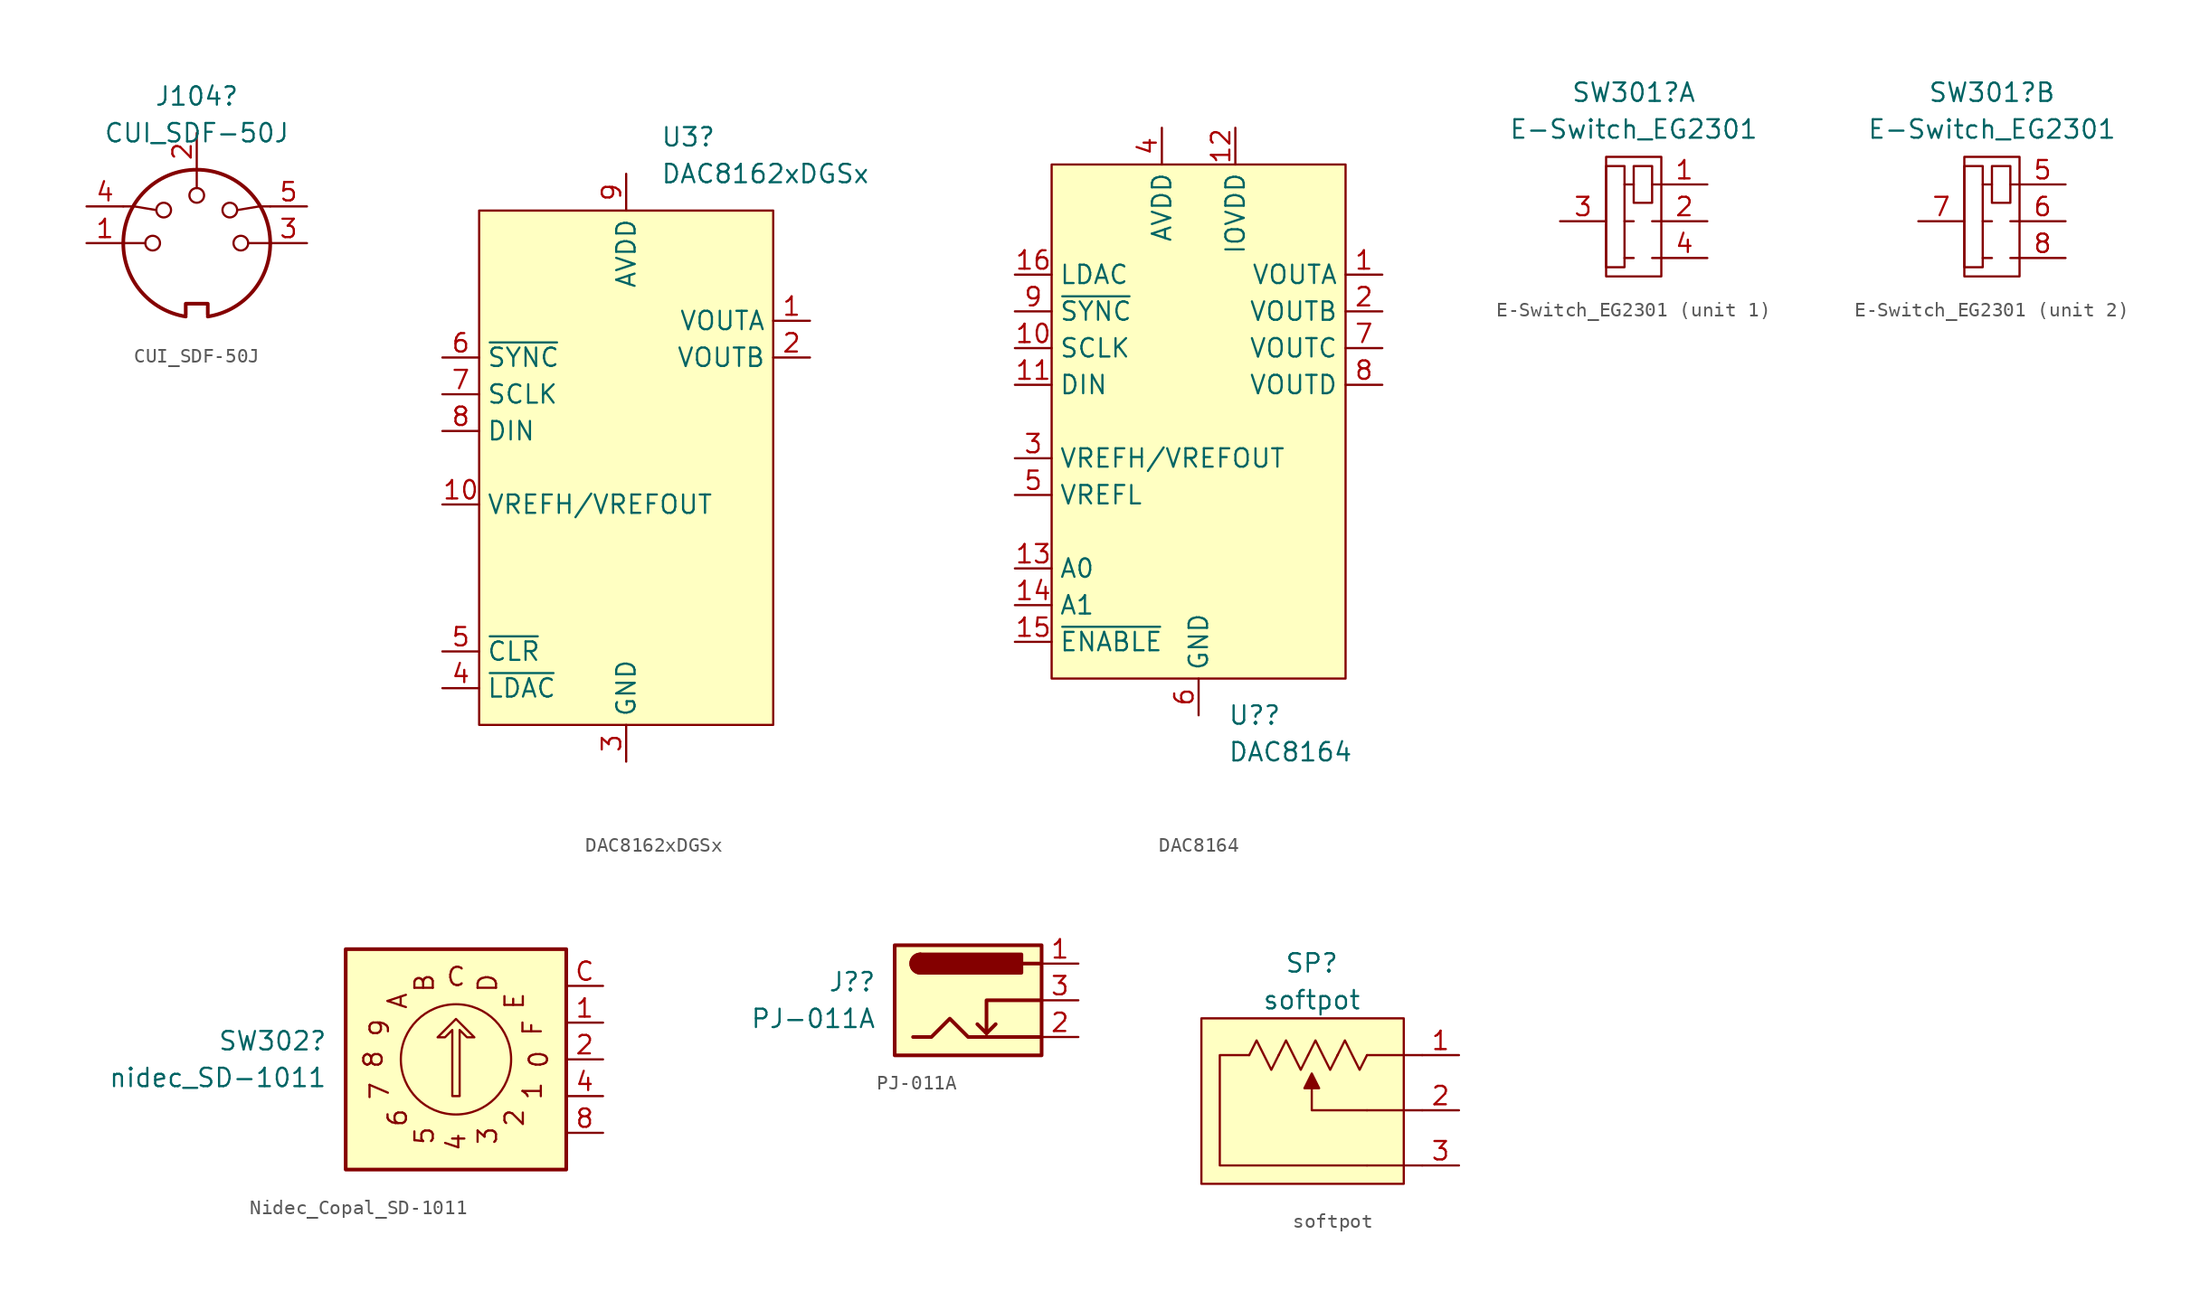
<source format=kicad_sym>
(kicad_symbol_lib
  (version 20220914)
  (generator kicad_symbol_editor)
  (symbol "CUI_SDF-50J"
    (pin_names
      (offset 1.016))
    (property "Reference" "J104"
      (at -0.0001 10.16 0)
      (effects (font (size 1.27 1.27))))
    (property "Value" "CUI_SDF-50J"
      (at -0.0001 7.62 0)
      (effects (font (size 1.27 1.27))))
    (symbol "CUI_SDF-50J_0_1"
      (arc (start -5.08 0) (mid -3.8609 -3.3364) (end -0.762 -5.08) (stroke (width 0.254) (type default)) (fill (type none)))
      (circle (center -3.048 0) (radius 0.508) (stroke (width 0) (type default)) (fill (type none)))
      (circle (center -2.286 2.286) (radius 0.508) (stroke (width 0) (type default)) (fill (type none)))
      (polyline (pts (xy -5.08 0) (xy -3.556 0)) (stroke (width 0) (type default)) (fill (type none)))
      (polyline (pts (xy 0 5.08) (xy 0 3.81)) (stroke (width 0) (type default)) (fill (type none)))
      (polyline (pts (xy 5.08 0) (xy 3.556 0)) (stroke (width 0) (type default)) (fill (type none)))
      (polyline (pts (xy -5.08 2.54) (xy -4.318 2.54) (xy -2.794 2.286)) (stroke (width 0) (type default)) (fill (type none)))
      (polyline (pts (xy 5.08 2.54) (xy 4.318 2.54) (xy 2.794 2.286)) (stroke (width 0) (type default)) (fill (type none)))
      (polyline (pts (xy -0.762 -4.953) (xy -0.762 -4.191) (xy 0.762 -4.191) (xy 0.762 -4.953)) (stroke (width 0.254) (type default)) (fill (type none)))
      (circle (center 0 3.302) (radius 0.508) (stroke (width 0) (type default)) (fill (type none)))
      (arc (start 0.762 -5.08) (mid 3.8685 -3.343) (end 5.08 0) (stroke (width 0.254) (type default)) (fill (type none)))
      (circle (center 2.286 2.286) (radius 0.508) (stroke (width 0) (type default)) (fill (type none)))
      (circle (center 3.048 0) (radius 0.508) (stroke (width 0) (type default)) (fill (type none)))
      (arc (start 5.08 0) (mid 0 5.0579) (end -5.08 0) (stroke (width 0.254) (type default)) (fill (type none))))
    (symbol "CUI_SDF-50J_1_1"
      (pin passive line (at -7.62 0 0) (length 2.54) (name "~" (effects (font (size 1.27 1.27)))) (number "1" (effects (font (size 1.27 1.27)))))
      (pin passive line (at 0 7.62 270) (length 2.54) (name "~" (effects (font (size 1.27 1.27)))) (number "2" (effects (font (size 1.27 1.27)))))
      (pin passive line (at 7.62 0 180) (length 2.54) (name "~" (effects (font (size 1.27 1.27)))) (number "3" (effects (font (size 1.27 1.27)))))
      (pin passive line (at -7.62 2.54 0) (length 2.54) (name "~" (effects (font (size 1.27 1.27)))) (number "4" (effects (font (size 1.27 1.27)))))
      (pin passive line (at 7.62 2.54 180) (length 2.54) (name "~" (effects (font (size 1.27 1.27)))) (number "5" (effects (font (size 1.27 1.27)))))))
  (symbol "DAC8162xDGSx"
    (property "Reference" "U3"
      (at 2.373 25.4 0)
      (effects (font (size 1.27 1.27)) (justify left)))
    (property "Value" "DAC8162xDGSx"
      (at 2.373 22.86 0)
      (effects (font (size 1.27 1.27)) (justify left)))
    (symbol "DAC8162xDGSx_0_0"
      (pin output line (at 12.7 12.7 180) (length 2.54) (name "VOUTA" (effects (font (size 1.27 1.27)))) (number "1" (effects (font (size 1.27 1.27)))))
      (pin bidirectional line (at -12.7 0 0) (length 2.54) (name "VREFH/VREFOUT" (effects (font (size 1.27 1.27)))) (number "10" (effects (font (size 1.27 1.27)))))
      (pin output line (at 12.7 10.16 180) (length 2.54) (name "VOUTB" (effects (font (size 1.27 1.27)))) (number "2" (effects (font (size 1.27 1.27)))))
      (pin power_in line (at 0 -17.78 90) (length 2.54) (name "GND" (effects (font (size 1.27 1.27)))) (number "3" (effects (font (size 1.27 1.27)))))
      (pin input line (at -12.7 -12.7 0) (length 2.54) (name "~{LDAC}" (effects (font (size 1.27 1.27)))) (number "4" (effects (font (size 1.27 1.27)))))
      (pin input line (at -12.7 -10.16 0) (length 2.54) (name "~{CLR}" (effects (font (size 1.27 1.27)))) (number "5" (effects (font (size 1.27 1.27)))))
      (pin input line (at -12.7 10.16 0) (length 2.54) (name "~{SYNC}" (effects (font (size 1.27 1.27)))) (number "6" (effects (font (size 1.27 1.27)))))
      (pin input line (at -12.7 7.62 0) (length 2.54) (name "SCLK" (effects (font (size 1.27 1.27)))) (number "7" (effects (font (size 1.27 1.27)))))
      (pin input line (at -12.7 5.08 0) (length 2.54) (name "DIN" (effects (font (size 1.27 1.27)))) (number "8" (effects (font (size 1.27 1.27)))))
      (pin power_in line (at 0 22.86 270) (length 2.54) (name "AVDD" (effects (font (size 1.27 1.27)))) (number "9" (effects (font (size 1.27 1.27))))))
    (symbol "DAC8162xDGSx_0_1"
      (rectangle (start -10.16 20.32) (end 10.16 -15.24) (stroke (width 0.152) (type default)) (fill (type background)))))
  (symbol "DAC8164"
    (property "Reference" "U?"
      (at 2.019 -17.78 0)
      (effects (font (size 1.27 1.27)) (justify left)))
    (property "Value" "DAC8164"
      (at 2.019 -20.32 0)
      (effects (font (size 1.27 1.27)) (justify left)))
    (symbol "DAC8164_0_0"
      (pin output line (at 12.7 12.7 180) (length 2.54) (name "VOUTA" (effects (font (size 1.27 1.27)))) (number "1" (effects (font (size 1.27 1.27)))))
      (pin input line (at -12.7 7.62 0) (length 2.54) (name "SCLK" (effects (font (size 1.27 1.27)))) (number "10" (effects (font (size 1.27 1.27)))))
      (pin input line (at -12.7 5.08 0) (length 2.54) (name "DIN" (effects (font (size 1.27 1.27)))) (number "11" (effects (font (size 1.27 1.27)))))
      (pin power_in line (at 2.54 22.86 270) (length 2.54) (name "IOVDD" (effects (font (size 1.27 1.27)))) (number "12" (effects (font (size 1.27 1.27)))))
      (pin input line (at -12.7 -7.62 0) (length 2.54) (name "A0" (effects (font (size 1.27 1.27)))) (number "13" (effects (font (size 1.27 1.27)))))
      (pin input line (at -12.7 -10.16 0) (length 2.54) (name "A1" (effects (font (size 1.27 1.27)))) (number "14" (effects (font (size 1.27 1.27)))))
      (pin input line (at -12.7 -12.7 0) (length 2.54) (name "~{ENABLE}" (effects (font (size 1.27 1.27)))) (number "15" (effects (font (size 1.27 1.27)))))
      (pin input line (at -12.7 12.7 0) (length 2.54) (name "LDAC" (effects (font (size 1.27 1.27)))) (number "16" (effects (font (size 1.27 1.27)))))
      (pin output line (at 12.7 10.16 180) (length 2.54) (name "VOUTB" (effects (font (size 1.27 1.27)))) (number "2" (effects (font (size 1.27 1.27)))))
      (pin bidirectional line (at -12.7 0 0) (length 2.54) (name "VREFH/VREFOUT" (effects (font (size 1.27 1.27)))) (number "3" (effects (font (size 1.27 1.27)))))
      (pin power_in line (at -2.54 22.86 270) (length 2.54) (name "AVDD" (effects (font (size 1.27 1.27)))) (number "4" (effects (font (size 1.27 1.27)))))
      (pin input line (at -12.7 -2.54 0) (length 2.54) (name "VREFL" (effects (font (size 1.27 1.27)))) (number "5" (effects (font (size 1.27 1.27)))))
      (pin power_in line (at 0 -17.78 90) (length 2.54) (name "GND" (effects (font (size 1.27 1.27)))) (number "6" (effects (font (size 1.27 1.27)))))
      (pin output line (at 12.7 7.62 180) (length 2.54) (name "VOUTC" (effects (font (size 1.27 1.27)))) (number "7" (effects (font (size 1.27 1.27)))))
      (pin output line (at 12.7 5.08 180) (length 2.54) (name "VOUTD" (effects (font (size 1.27 1.27)))) (number "8" (effects (font (size 1.27 1.27)))))
      (pin input line (at -12.7 10.16 0) (length 2.54) (name "~{SYNC}" (effects (font (size 1.27 1.27)))) (number "9" (effects (font (size 1.27 1.27))))))
    (symbol "DAC8164_0_1"
      (rectangle (start -10.16 20.32) (end 10.16 -15.24) (stroke (width 0.152) (type default)) (fill (type background)))))
  (symbol "E-Switch_EG2301"
    (pin_names
      (offset 1.016) hide)
    (property "Reference" "SW301"
      (at 0 8.89 0)
      (effects (font (size 1.27 1.27))))
    (property "Value" "E-Switch_EG2301"
      (at 0 6.35 0)
      (effects (font (size 1.27 1.27))))
    (property "ki_locked" ""
      (at 0 0 0)
      (effects (font (size 1.27 1.27))))
    (symbol "E-Switch_EG2301_0_1"
      (rectangle (start -1.905 3.81) (end -0.635 -3.175) (stroke (width 0) (type default)) (fill (type none)))
      (rectangle (start -1.905 4.445) (end 1.905 -3.81) (stroke (width 0) (type default)) (fill (type none)))
      (polyline (pts (xy -0.635 -2.54) (xy 0 -2.54)) (stroke (width 0) (type default)) (fill (type none)))
      (polyline (pts (xy -0.635 0) (xy 0 0)) (stroke (width 0) (type default)) (fill (type none)))
      (polyline (pts (xy -0.635 2.54) (xy 0 2.54)) (stroke (width 0) (type default)) (fill (type none)))
      (polyline (pts (xy 1.27 -2.54) (xy 1.905 -2.54)) (stroke (width 0) (type default)) (fill (type none)))
      (polyline (pts (xy 1.27 0) (xy 1.905 0)) (stroke (width 0) (type default)) (fill (type none)))
      (polyline (pts (xy 1.27 2.54) (xy 1.905 2.54) (xy 1.27 2.54)) (stroke (width 0) (type default)) (fill (type none)))
      (rectangle (start 0 3.81) (end 1.27 1.27) (stroke (width 0) (type default)) (fill (type none))))
    (symbol "E-Switch_EG2301_1_1"
      (pin passive line (at 5.08 2.54 180) (length 3.175) (name "1" (effects (font (size 1.27 1.27)))) (number "1" (effects (font (size 1.27 1.27)))))
      (pin passive line (at 5.08 0 180) (length 3.175) (name "2" (effects (font (size 1.27 1.27)))) (number "2" (effects (font (size 1.27 1.27)))))
      (pin passive line (at -5.08 0 0) (length 3.175) (name "3" (effects (font (size 1.27 1.27)))) (number "3" (effects (font (size 1.27 1.27)))))
      (pin passive line (at 5.08 -2.54 180) (length 3.175) (name "4" (effects (font (size 1.27 1.27)))) (number "4" (effects (font (size 1.27 1.27))))))
    (symbol "E-Switch_EG2301_2_1"
      (pin passive line (at 5.08 2.54 180) (length 3.175) (name "5" (effects (font (size 1.27 1.27)))) (number "5" (effects (font (size 1.27 1.27)))))
      (pin passive line (at 5.08 0 180) (length 3.175) (name "6" (effects (font (size 1.27 1.27)))) (number "6" (effects (font (size 1.27 1.27)))))
      (pin passive line (at -5.08 0 0) (length 3.175) (name "7" (effects (font (size 1.27 1.27)))) (number "7" (effects (font (size 1.27 1.27)))))
      (pin passive line (at 5.08 -2.54 180) (length 3.175) (name "8" (effects (font (size 1.27 1.27)))) (number "8" (effects (font (size 1.27 1.27)))))))
  (symbol "Nidec_Copal_SD-1011"
    (pin_names hide)
    (property "Reference" "SW302"
      (at -8.89 1.27 0)
      (effects (font (size 1.27 1.27)) (justify right)))
    (property "Value" "nidec_SD-1011"
      (at -8.89 -1.27 0)
      (effects (font (size 1.27 1.27)) (justify right)))
    (symbol "Nidec_Copal_SD-1011_0_0"
      (text "0" (at 5.715 0 2700) (effects (font (size 1.27 1.27))))
      (text "1" (at 5.283 -2.184 2475) (effects (font (size 1.27 1.27))))
      (text "2" (at 4.039 -4.039 2250) (effects (font (size 1.27 1.27))))
      (text "3" (at 2.184 -5.283 2025) (effects (font (size 1.27 1.27))))
      (text "4" (at 0 -5.715 1800) (effects (font (size 1.27 1.27))))
      (text "5" (at -2.184 -5.283 1575) (effects (font (size 1.27 1.27))))
      (text "6" (at -4.039 -4.039 1350) (effects (font (size 1.27 1.27))))
      (text "7" (at -5.283 -2.184 1125) (effects (font (size 1.27 1.27))))
      (text "8" (at -5.715 0 900) (effects (font (size 1.27 1.27))))
      (text "9" (at -5.283 2.184 675) (effects (font (size 1.27 1.27))))
      (text "A" (at -4.039 4.039 450) (effects (font (size 1.27 1.27))))
      (text "B" (at -2.184 5.283 225) (effects (font (size 1.27 1.27))))
      (text "C" (at 0 5.715 0) (effects (font (size 1.27 1.27))))
      (text "D" (at 2.184 5.283 3375) (effects (font (size 1.27 1.27))))
      (text "E" (at 4.039 4.039 3150) (effects (font (size 1.27 1.27))))
      (text "F" (at 5.283 2.184 2925) (effects (font (size 1.27 1.27)))))
    (symbol "Nidec_Copal_SD-1011_0_1"
      (rectangle (start -7.62 7.62) (end 7.62 -7.62) (stroke (width 0.254) (type default)) (fill (type background)))
      (polyline (pts (xy -0.254 -2.54) (xy -0.254 2.032) (xy -0.762 1.524) (xy -1.27 1.524) (xy 0 2.794) (xy 1.27 1.524) (xy 0.762 1.524) (xy 0.254 2.032) (xy 0.254 -2.54) (xy -0.254 -2.54) (xy -0.254 -2.54)) (stroke (width 0) (type default)) (fill (type none)))
      (circle (center 0 0) (radius 3.81) (stroke (width 0) (type default)) (fill (type none))))
    (symbol "Nidec_Copal_SD-1011_1_1"
      (pin passive line (at 10.16 2.54 180) (length 2.54) (name "1" (effects (font (size 1.27 1.27)))) (number "1" (effects (font (size 1.27 1.27)))))
      (pin passive line (at 10.16 0 180) (length 2.54) (name "2" (effects (font (size 1.27 1.27)))) (number "2" (effects (font (size 1.27 1.27)))))
      (pin passive line (at 10.16 -2.54 180) (length 2.54) (name "4" (effects (font (size 1.27 1.27)))) (number "4" (effects (font (size 1.27 1.27)))))
      (pin passive line (at 10.16 -5.08 180) (length 2.54) (name "8" (effects (font (size 1.27 1.27)))) (number "8" (effects (font (size 1.27 1.27)))))
      (pin passive line (at 10.16 5.08 180) (length 2.54) (name "C" (effects (font (size 1.27 1.27)))) (number "C" (effects (font (size 1.27 1.27)))))))
  (symbol "PJ-011A"
    (pin_names hide)
    (property "Reference" "J?"
      (at -6.35 1.27 0)
      (effects (font (size 1.27 1.27)) (justify right)))
    (property "Value" "PJ-011A"
      (at -6.35 -1.27 0)
      (effects (font (size 1.27 1.27)) (justify right)))
    (symbol "PJ-011A_0_1"
      (rectangle (start -5.08 3.81) (end 5.08 -3.81) (stroke (width 0.254) (type default)) (fill (type background)))
      (arc (start -3.302 3.175) (mid -3.9343 2.54) (end -3.302 1.905) (stroke (width 0.254) (type default)) (fill (type none)))
      (arc (start -3.302 3.175) (mid -3.9343 2.54) (end -3.302 1.905) (stroke (width 0.254) (type default)) (fill (type outline)))
      (polyline (pts (xy 1.27 -2.286) (xy 1.905 -1.651)) (stroke (width 0.254) (type default)) (fill (type none)))
      (polyline (pts (xy 5.08 2.54) (xy 3.81 2.54)) (stroke (width 0.254) (type default)) (fill (type none)))
      (polyline (pts (xy 5.08 0) (xy 1.27 0) (xy 1.27 -2.286) (xy 0.635 -1.651)) (stroke (width 0.254) (type default)) (fill (type none)))
      (polyline (pts (xy -3.81 -2.54) (xy -2.54 -2.54) (xy -1.27 -1.27) (xy 0 -2.54) (xy 2.54 -2.54) (xy 5.08 -2.54)) (stroke (width 0.254) (type default)) (fill (type none)))
      (rectangle (start 3.683 3.175) (end -3.302 1.905) (stroke (width 0.254) (type default)) (fill (type outline))))
    (symbol "PJ-011A_1_1"
      (pin passive line (at 7.62 2.54 180) (length 2.54) (name "~" (effects (font (size 1.27 1.27)))) (number "1" (effects (font (size 1.27 1.27)))))
      (pin passive line (at 7.62 -2.54 180) (length 2.54) (name "~" (effects (font (size 1.27 1.27)))) (number "2" (effects (font (size 1.27 1.27)))))
      (pin passive line (at 7.62 0 180) (length 2.54) (name "~" (effects (font (size 1.27 1.27)))) (number "3" (effects (font (size 1.27 1.27)))))))
  (symbol "softpot"
    (property "Reference" "SP"
      (at 0 10.16 0)
      (effects (font (size 1.27 1.27))))
    (property "Value" "softpot"
      (at 0 7.62 0)
      (effects (font (size 1.27 1.27))))
    (symbol "softpot_0_1"
      (polyline (pts (xy 3.81 -3.81) (xy 7.62 -3.81)) (stroke (width 0) (type default)) (fill (type none)))
      (polyline (pts (xy 3.81 3.81) (xy 7.62 3.81)) (stroke (width 0) (type default)) (fill (type none)))
      (polyline (pts (xy 7.62 0) (xy 3.81 0)) (stroke (width 0) (type default)) (fill (type none)))
      (polyline (pts (xy 3.81 0) (xy 0 0) (xy 0 1.524)) (stroke (width 0) (type default)) (fill (type none)))
      (polyline (pts (xy -4.318 3.81) (xy -6.35 3.81) (xy -6.35 -3.81) (xy 3.81 -3.81)) (stroke (width 0) (type default)) (fill (type none)))
      (polyline (pts (xy -2.286 3.81) (xy -2.794 2.794) (xy -3.81 4.826) (xy -4.318 3.81)) (stroke (width 0) (type default)) (fill (type none)))
      (polyline (pts (xy -0.254 3.81) (xy -0.762 2.794) (xy -1.778 4.826) (xy -2.286 3.81)) (stroke (width 0) (type default)) (fill (type none)))
      (polyline (pts (xy 0 2.54) (xy 0.508 1.524) (xy -0.508 1.524) (xy 0 2.54)) (stroke (width 0) (type default)) (fill (type outline)))
      (polyline (pts (xy 1.778 3.81) (xy 1.27 2.794) (xy 0.254 4.826) (xy -0.254 3.81)) (stroke (width 0) (type default)) (fill (type none)))
      (polyline (pts (xy 3.81 3.81) (xy 3.302 2.794) (xy 2.286 4.826) (xy 1.778 3.81)) (stroke (width 0) (type default)) (fill (type none)))
      (rectangle (start 6.35 -5.08) (end -7.62 6.35) (stroke (width 0) (type default)) (fill (type background))))
    (symbol "softpot_1_1"
      (pin passive line (at 10.16 3.81 180) (length 2.54) (name "" (effects (font (size 1.27 1.27)))) (number "1" (effects (font (size 1.27 1.27)))))
      (pin passive line (at 10.16 0 180) (length 2.54) (name "" (effects (font (size 1.27 1.27)))) (number "2" (effects (font (size 1.27 1.27)))))
      (pin passive line (at 10.16 -3.81 180) (length 2.54) (name "" (effects (font (size 1.27 1.27)))) (number "3" (effects (font (size 1.27 1.27))))))))
</source>
